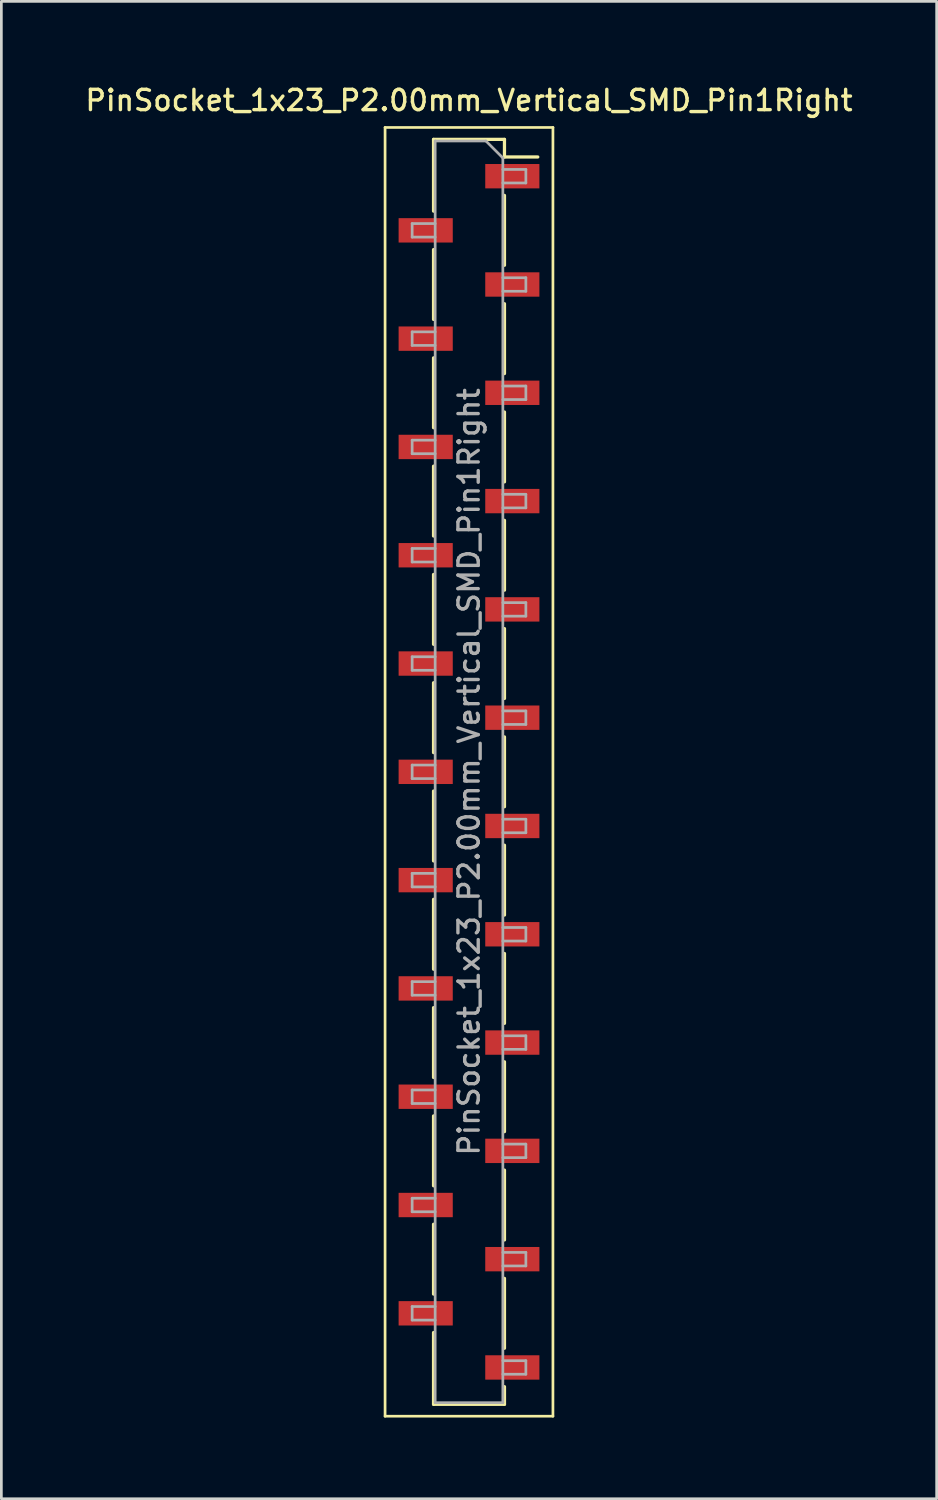
<source format=kicad_pcb>
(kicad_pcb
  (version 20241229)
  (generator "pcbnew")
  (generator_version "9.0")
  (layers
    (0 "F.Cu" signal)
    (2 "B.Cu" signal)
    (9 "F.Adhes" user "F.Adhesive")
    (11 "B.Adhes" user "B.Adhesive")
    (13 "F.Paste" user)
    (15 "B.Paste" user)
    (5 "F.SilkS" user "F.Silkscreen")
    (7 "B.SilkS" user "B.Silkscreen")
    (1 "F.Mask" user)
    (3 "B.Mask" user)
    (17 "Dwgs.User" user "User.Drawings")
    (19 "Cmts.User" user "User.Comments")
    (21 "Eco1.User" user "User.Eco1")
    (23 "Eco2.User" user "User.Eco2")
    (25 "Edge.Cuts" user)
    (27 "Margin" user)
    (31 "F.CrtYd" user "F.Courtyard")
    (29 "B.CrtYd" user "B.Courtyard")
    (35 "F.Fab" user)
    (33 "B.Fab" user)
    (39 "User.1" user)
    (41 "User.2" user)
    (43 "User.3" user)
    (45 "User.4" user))
  (footprint "PinSocket_1x23_P2.00mm_Vertical_SMD_Pin1Right"
    (layer "F.Cu")
    (at 14.273 25.458)
    (property "Reference" "PinSocket_1x23_P2.00mm_Vertical_SMD_Pin1Right" (at 0 -24.8 0) (layer "F.SilkS") (effects (font (size 0.75 0.75) (thickness 0.125))))
    (attr smd)
    (fp_line (start -3.1 -23.8) (end 3.1 -23.8) (stroke (width 0.1) (type solid)) (layer "F.SilkS"))
    (fp_line (start -3.1 23.8) (end -3.1 -23.8) (stroke (width 0.1) (type solid)) (layer "F.SilkS"))
    (fp_line (start -1.31 -23.36) (end -1.31 -20.71) (stroke (width 0.12) (type solid)) (layer "F.SilkS"))
    (fp_line (start -1.31 -23.36) (end 1.31 -23.36) (stroke (width 0.12) (type solid)) (layer "F.SilkS"))
    (fp_line (start -1.31 -19.29) (end -1.31 -16.71) (stroke (width 0.12) (type solid)) (layer "F.SilkS"))
    (fp_line (start -1.31 -15.29) (end -1.31 -12.71) (stroke (width 0.12) (type solid)) (layer "F.SilkS"))
    (fp_line (start -1.31 -11.29) (end -1.31 -8.71) (stroke (width 0.12) (type solid)) (layer "F.SilkS"))
    (fp_line (start -1.31 -7.29) (end -1.31 -4.71) (stroke (width 0.12) (type solid)) (layer "F.SilkS"))
    (fp_line (start -1.31 -3.29) (end -1.31 -0.71) (stroke (width 0.12) (type solid)) (layer "F.SilkS"))
    (fp_line (start -1.31 0.71) (end -1.31 3.29) (stroke (width 0.12) (type solid)) (layer "F.SilkS"))
    (fp_line (start -1.31 4.71) (end -1.31 7.29) (stroke (width 0.12) (type solid)) (layer "F.SilkS"))
    (fp_line (start -1.31 8.71) (end -1.31 11.29) (stroke (width 0.12) (type solid)) (layer "F.SilkS"))
    (fp_line (start -1.31 12.71) (end -1.31 15.29) (stroke (width 0.12) (type solid)) (layer "F.SilkS"))
    (fp_line (start -1.31 16.71) (end -1.31 19.29) (stroke (width 0.12) (type solid)) (layer "F.SilkS"))
    (fp_line (start -1.31 20.71) (end -1.31 23.36) (stroke (width 0.12) (type solid)) (layer "F.SilkS"))
    (fp_line (start -1.31 23.36) (end 1.31 23.36) (stroke (width 0.12) (type solid)) (layer "F.SilkS"))
    (fp_line (start 1.31 -23.36) (end 1.31 -22.71) (stroke (width 0.12) (type solid)) (layer "F.SilkS"))
    (fp_line (start 1.31 -22.71) (end 2.54 -22.71) (stroke (width 0.12) (type solid)) (layer "F.SilkS"))
    (fp_line (start 1.31 -21.29) (end 1.31 -18.71) (stroke (width 0.12) (type solid)) (layer "F.SilkS"))
    (fp_line (start 1.31 -17.29) (end 1.31 -14.71) (stroke (width 0.12) (type solid)) (layer "F.SilkS"))
    (fp_line (start 1.31 -13.29) (end 1.31 -10.71) (stroke (width 0.12) (type solid)) (layer "F.SilkS"))
    (fp_line (start 1.31 -9.29) (end 1.31 -6.71) (stroke (width 0.12) (type solid)) (layer "F.SilkS"))
    (fp_line (start 1.31 -5.29) (end 1.31 -2.71) (stroke (width 0.12) (type solid)) (layer "F.SilkS"))
    (fp_line (start 1.31 -1.29) (end 1.31 1.29) (stroke (width 0.12) (type solid)) (layer "F.SilkS"))
    (fp_line (start 1.31 2.71) (end 1.31 5.29) (stroke (width 0.12) (type solid)) (layer "F.SilkS"))
    (fp_line (start 1.31 6.71) (end 1.31 9.29) (stroke (width 0.12) (type solid)) (layer "F.SilkS"))
    (fp_line (start 1.31 10.71) (end 1.31 13.29) (stroke (width 0.12) (type solid)) (layer "F.SilkS"))
    (fp_line (start 1.31 14.71) (end 1.31 17.29) (stroke (width 0.12) (type solid)) (layer "F.SilkS"))
    (fp_line (start 1.31 18.71) (end 1.31 21.29) (stroke (width 0.12) (type solid)) (layer "F.SilkS"))
    (fp_line (start 1.31 22.71) (end 1.31 23.36) (stroke (width 0.12) (type solid)) (layer "F.SilkS"))
    (fp_line (start 3.1 -23.8) (end 3.1 23.8) (stroke (width 0.1) (type solid)) (layer "F.SilkS"))
    (fp_line (start 3.1 23.8) (end -3.1 23.8) (stroke (width 0.1) (type solid)) (layer "F.SilkS"))
    (fp_line (start -2.1 -20.25) (end -1.25 -20.25) (stroke (width 0.1) (type solid)) (layer "F.Fab"))
    (fp_line (start -2.1 -19.75) (end -2.1 -20.25) (stroke (width 0.1) (type solid)) (layer "F.Fab"))
    (fp_line (start -2.1 -16.25) (end -1.25 -16.25) (stroke (width 0.1) (type solid)) (layer "F.Fab"))
    (fp_line (start -2.1 -15.75) (end -2.1 -16.25) (stroke (width 0.1) (type solid)) (layer "F.Fab"))
    (fp_line (start -2.1 -12.25) (end -1.25 -12.25) (stroke (width 0.1) (type solid)) (layer "F.Fab"))
    (fp_line (start -2.1 -11.75) (end -2.1 -12.25) (stroke (width 0.1) (type solid)) (layer "F.Fab"))
    (fp_line (start -2.1 -8.25) (end -1.25 -8.25) (stroke (width 0.1) (type solid)) (layer "F.Fab"))
    (fp_line (start -2.1 -7.75) (end -2.1 -8.25) (stroke (width 0.1) (type solid)) (layer "F.Fab"))
    (fp_line (start -2.1 -4.25) (end -1.25 -4.25) (stroke (width 0.1) (type solid)) (layer "F.Fab"))
    (fp_line (start -2.1 -3.75) (end -2.1 -4.25) (stroke (width 0.1) (type solid)) (layer "F.Fab"))
    (fp_line (start -2.1 -0.25) (end -1.25 -0.25) (stroke (width 0.1) (type solid)) (layer "F.Fab"))
    (fp_line (start -2.1 0.25) (end -2.1 -0.25) (stroke (width 0.1) (type solid)) (layer "F.Fab"))
    (fp_line (start -2.1 3.75) (end -1.25 3.75) (stroke (width 0.1) (type solid)) (layer "F.Fab"))
    (fp_line (start -2.1 4.25) (end -2.1 3.75) (stroke (width 0.1) (type solid)) (layer "F.Fab"))
    (fp_line (start -2.1 7.75) (end -1.25 7.75) (stroke (width 0.1) (type solid)) (layer "F.Fab"))
    (fp_line (start -2.1 8.25) (end -2.1 7.75) (stroke (width 0.1) (type solid)) (layer "F.Fab"))
    (fp_line (start -2.1 11.75) (end -1.25 11.75) (stroke (width 0.1) (type solid)) (layer "F.Fab"))
    (fp_line (start -2.1 12.25) (end -2.1 11.75) (stroke (width 0.1) (type solid)) (layer "F.Fab"))
    (fp_line (start -2.1 15.75) (end -1.25 15.75) (stroke (width 0.1) (type solid)) (layer "F.Fab"))
    (fp_line (start -2.1 16.25) (end -2.1 15.75) (stroke (width 0.1) (type solid)) (layer "F.Fab"))
    (fp_line (start -2.1 19.75) (end -1.25 19.75) (stroke (width 0.1) (type solid)) (layer "F.Fab"))
    (fp_line (start -2.1 20.25) (end -2.1 19.75) (stroke (width 0.1) (type solid)) (layer "F.Fab"))
    (fp_line (start -1.25 -23.3) (end 0.625 -23.3) (stroke (width 0.1) (type solid)) (layer "F.Fab"))
    (fp_line (start -1.25 -19.75) (end -2.1 -19.75) (stroke (width 0.1) (type solid)) (layer "F.Fab"))
    (fp_line (start -1.25 -15.75) (end -2.1 -15.75) (stroke (width 0.1) (type solid)) (layer "F.Fab"))
    (fp_line (start -1.25 -11.75) (end -2.1 -11.75) (stroke (width 0.1) (type solid)) (layer "F.Fab"))
    (fp_line (start -1.25 -7.75) (end -2.1 -7.75) (stroke (width 0.1) (type solid)) (layer "F.Fab"))
    (fp_line (start -1.25 -3.75) (end -2.1 -3.75) (stroke (width 0.1) (type solid)) (layer "F.Fab"))
    (fp_line (start -1.25 0.25) (end -2.1 0.25) (stroke (width 0.1) (type solid)) (layer "F.Fab"))
    (fp_line (start -1.25 4.25) (end -2.1 4.25) (stroke (width 0.1) (type solid)) (layer "F.Fab"))
    (fp_line (start -1.25 8.25) (end -2.1 8.25) (stroke (width 0.1) (type solid)) (layer "F.Fab"))
    (fp_line (start -1.25 12.25) (end -2.1 12.25) (stroke (width 0.1) (type solid)) (layer "F.Fab"))
    (fp_line (start -1.25 16.25) (end -2.1 16.25) (stroke (width 0.1) (type solid)) (layer "F.Fab"))
    (fp_line (start -1.25 20.25) (end -2.1 20.25) (stroke (width 0.1) (type solid)) (layer "F.Fab"))
    (fp_line (start -1.25 23.3) (end -1.25 -23.3) (stroke (width 0.1) (type solid)) (layer "F.Fab"))
    (fp_line (start 0.625 -23.3) (end 1.25 -22.675) (stroke (width 0.1) (type solid)) (layer "F.Fab"))
    (fp_line (start 1.25 -22.675) (end 1.25 23.3) (stroke (width 0.1) (type solid)) (layer "F.Fab"))
    (fp_line (start 1.25 -22.25) (end 2.1 -22.25) (stroke (width 0.1) (type solid)) (layer "F.Fab"))
    (fp_line (start 1.25 -18.25) (end 2.1 -18.25) (stroke (width 0.1) (type solid)) (layer "F.Fab"))
    (fp_line (start 1.25 -14.25) (end 2.1 -14.25) (stroke (width 0.1) (type solid)) (layer "F.Fab"))
    (fp_line (start 1.25 -10.25) (end 2.1 -10.25) (stroke (width 0.1) (type solid)) (layer "F.Fab"))
    (fp_line (start 1.25 -6.25) (end 2.1 -6.25) (stroke (width 0.1) (type solid)) (layer "F.Fab"))
    (fp_line (start 1.25 -2.25) (end 2.1 -2.25) (stroke (width 0.1) (type solid)) (layer "F.Fab"))
    (fp_line (start 1.25 1.75) (end 2.1 1.75) (stroke (width 0.1) (type solid)) (layer "F.Fab"))
    (fp_line (start 1.25 5.75) (end 2.1 5.75) (stroke (width 0.1) (type solid)) (layer "F.Fab"))
    (fp_line (start 1.25 9.75) (end 2.1 9.75) (stroke (width 0.1) (type solid)) (layer "F.Fab"))
    (fp_line (start 1.25 13.75) (end 2.1 13.75) (stroke (width 0.1) (type solid)) (layer "F.Fab"))
    (fp_line (start 1.25 17.75) (end 2.1 17.75) (stroke (width 0.1) (type solid)) (layer "F.Fab"))
    (fp_line (start 1.25 21.75) (end 2.1 21.75) (stroke (width 0.1) (type solid)) (layer "F.Fab"))
    (fp_line (start 1.25 23.3) (end -1.25 23.3) (stroke (width 0.1) (type solid)) (layer "F.Fab"))
    (fp_line (start 2.1 -22.25) (end 2.1 -21.75) (stroke (width 0.1) (type solid)) (layer "F.Fab"))
    (fp_line (start 2.1 -21.75) (end 1.25 -21.75) (stroke (width 0.1) (type solid)) (layer "F.Fab"))
    (fp_line (start 2.1 -18.25) (end 2.1 -17.75) (stroke (width 0.1) (type solid)) (layer "F.Fab"))
    (fp_line (start 2.1 -17.75) (end 1.25 -17.75) (stroke (width 0.1) (type solid)) (layer "F.Fab"))
    (fp_line (start 2.1 -14.25) (end 2.1 -13.75) (stroke (width 0.1) (type solid)) (layer "F.Fab"))
    (fp_line (start 2.1 -13.75) (end 1.25 -13.75) (stroke (width 0.1) (type solid)) (layer "F.Fab"))
    (fp_line (start 2.1 -10.25) (end 2.1 -9.75) (stroke (width 0.1) (type solid)) (layer "F.Fab"))
    (fp_line (start 2.1 -9.75) (end 1.25 -9.75) (stroke (width 0.1) (type solid)) (layer "F.Fab"))
    (fp_line (start 2.1 -6.25) (end 2.1 -5.75) (stroke (width 0.1) (type solid)) (layer "F.Fab"))
    (fp_line (start 2.1 -5.75) (end 1.25 -5.75) (stroke (width 0.1) (type solid)) (layer "F.Fab"))
    (fp_line (start 2.1 -2.25) (end 2.1 -1.75) (stroke (width 0.1) (type solid)) (layer "F.Fab"))
    (fp_line (start 2.1 -1.75) (end 1.25 -1.75) (stroke (width 0.1) (type solid)) (layer "F.Fab"))
    (fp_line (start 2.1 1.75) (end 2.1 2.25) (stroke (width 0.1) (type solid)) (layer "F.Fab"))
    (fp_line (start 2.1 2.25) (end 1.25 2.25) (stroke (width 0.1) (type solid)) (layer "F.Fab"))
    (fp_line (start 2.1 5.75) (end 2.1 6.25) (stroke (width 0.1) (type solid)) (layer "F.Fab"))
    (fp_line (start 2.1 6.25) (end 1.25 6.25) (stroke (width 0.1) (type solid)) (layer "F.Fab"))
    (fp_line (start 2.1 9.75) (end 2.1 10.25) (stroke (width 0.1) (type solid)) (layer "F.Fab"))
    (fp_line (start 2.1 10.25) (end 1.25 10.25) (stroke (width 0.1) (type solid)) (layer "F.Fab"))
    (fp_line (start 2.1 13.75) (end 2.1 14.25) (stroke (width 0.1) (type solid)) (layer "F.Fab"))
    (fp_line (start 2.1 14.25) (end 1.25 14.25) (stroke (width 0.1) (type solid)) (layer "F.Fab"))
    (fp_line (start 2.1 17.75) (end 2.1 18.25) (stroke (width 0.1) (type solid)) (layer "F.Fab"))
    (fp_line (start 2.1 18.25) (end 1.25 18.25) (stroke (width 0.1) (type solid)) (layer "F.Fab"))
    (fp_line (start 2.1 21.75) (end 2.1 22.25) (stroke (width 0.1) (type solid)) (layer "F.Fab"))
    (fp_line (start 2.1 22.25) (end 1.25 22.25) (stroke (width 0.1) (type solid)) (layer "F.Fab"))
    (fp_text user "${REFERENCE}" (at 0 0 90) (layer "F.Fab") (effects (font (size 0.75 0.75) (thickness 0.125))))
    (pad "1" smd rect (at 1.6 -22) (size 2 0.9) (layers "F.Cu" "F.Mask" "F.Paste"))
    (pad "2" smd rect (at -1.6 -20) (size 2 0.9) (layers "F.Cu" "F.Mask" "F.Paste"))
    (pad "3" smd rect (at 1.6 -18) (size 2 0.9) (layers "F.Cu" "F.Mask" "F.Paste"))
    (pad "4" smd rect (at -1.6 -16) (size 2 0.9) (layers "F.Cu" "F.Mask" "F.Paste"))
    (pad "5" smd rect (at 1.6 -14) (size 2 0.9) (layers "F.Cu" "F.Mask" "F.Paste"))
    (pad "6" smd rect (at -1.6 -12) (size 2 0.9) (layers "F.Cu" "F.Mask" "F.Paste"))
    (pad "7" smd rect (at 1.6 -10) (size 2 0.9) (layers "F.Cu" "F.Mask" "F.Paste"))
    (pad "8" smd rect (at -1.6 -8) (size 2 0.9) (layers "F.Cu" "F.Mask" "F.Paste"))
    (pad "9" smd rect (at 1.6 -6) (size 2 0.9) (layers "F.Cu" "F.Mask" "F.Paste"))
    (pad "10" smd rect (at -1.6 -4) (size 2 0.9) (layers "F.Cu" "F.Mask" "F.Paste"))
    (pad "11" smd rect (at 1.6 -2) (size 2 0.9) (layers "F.Cu" "F.Mask" "F.Paste"))
    (pad "12" smd rect (at -1.6 0) (size 2 0.9) (layers "F.Cu" "F.Mask" "F.Paste"))
    (pad "13" smd rect (at 1.6 2) (size 2 0.9) (layers "F.Cu" "F.Mask" "F.Paste"))
    (pad "14" smd rect (at -1.6 4) (size 2 0.9) (layers "F.Cu" "F.Mask" "F.Paste"))
    (pad "15" smd rect (at 1.6 6) (size 2 0.9) (layers "F.Cu" "F.Mask" "F.Paste"))
    (pad "16" smd rect (at -1.6 8) (size 2 0.9) (layers "F.Cu" "F.Mask" "F.Paste"))
    (pad "17" smd rect (at 1.6 10) (size 2 0.9) (layers "F.Cu" "F.Mask" "F.Paste"))
    (pad "18" smd rect (at -1.6 12) (size 2 0.9) (layers "F.Cu" "F.Mask" "F.Paste"))
    (pad "19" smd rect (at 1.6 14) (size 2 0.9) (layers "F.Cu" "F.Mask" "F.Paste"))
    (pad "20" smd rect (at -1.6 16) (size 2 0.9) (layers "F.Cu" "F.Mask" "F.Paste"))
    (pad "21" smd rect (at 1.6 18) (size 2 0.9) (layers "F.Cu" "F.Mask" "F.Paste"))
    (pad "22" smd rect (at -1.6 20) (size 2 0.9) (layers "F.Cu" "F.Mask" "F.Paste"))
    (pad "23" smd rect (at 1.6 22) (size 2 0.9) (layers "F.Cu" "F.Mask" "F.Paste")))
  (gr_rect
    (start -3 -3)
    (end 31.546 52.308)
    (stroke (width 0.1) (type default))
    (fill no)
    (layer "Edge.Cuts")))
</source>
